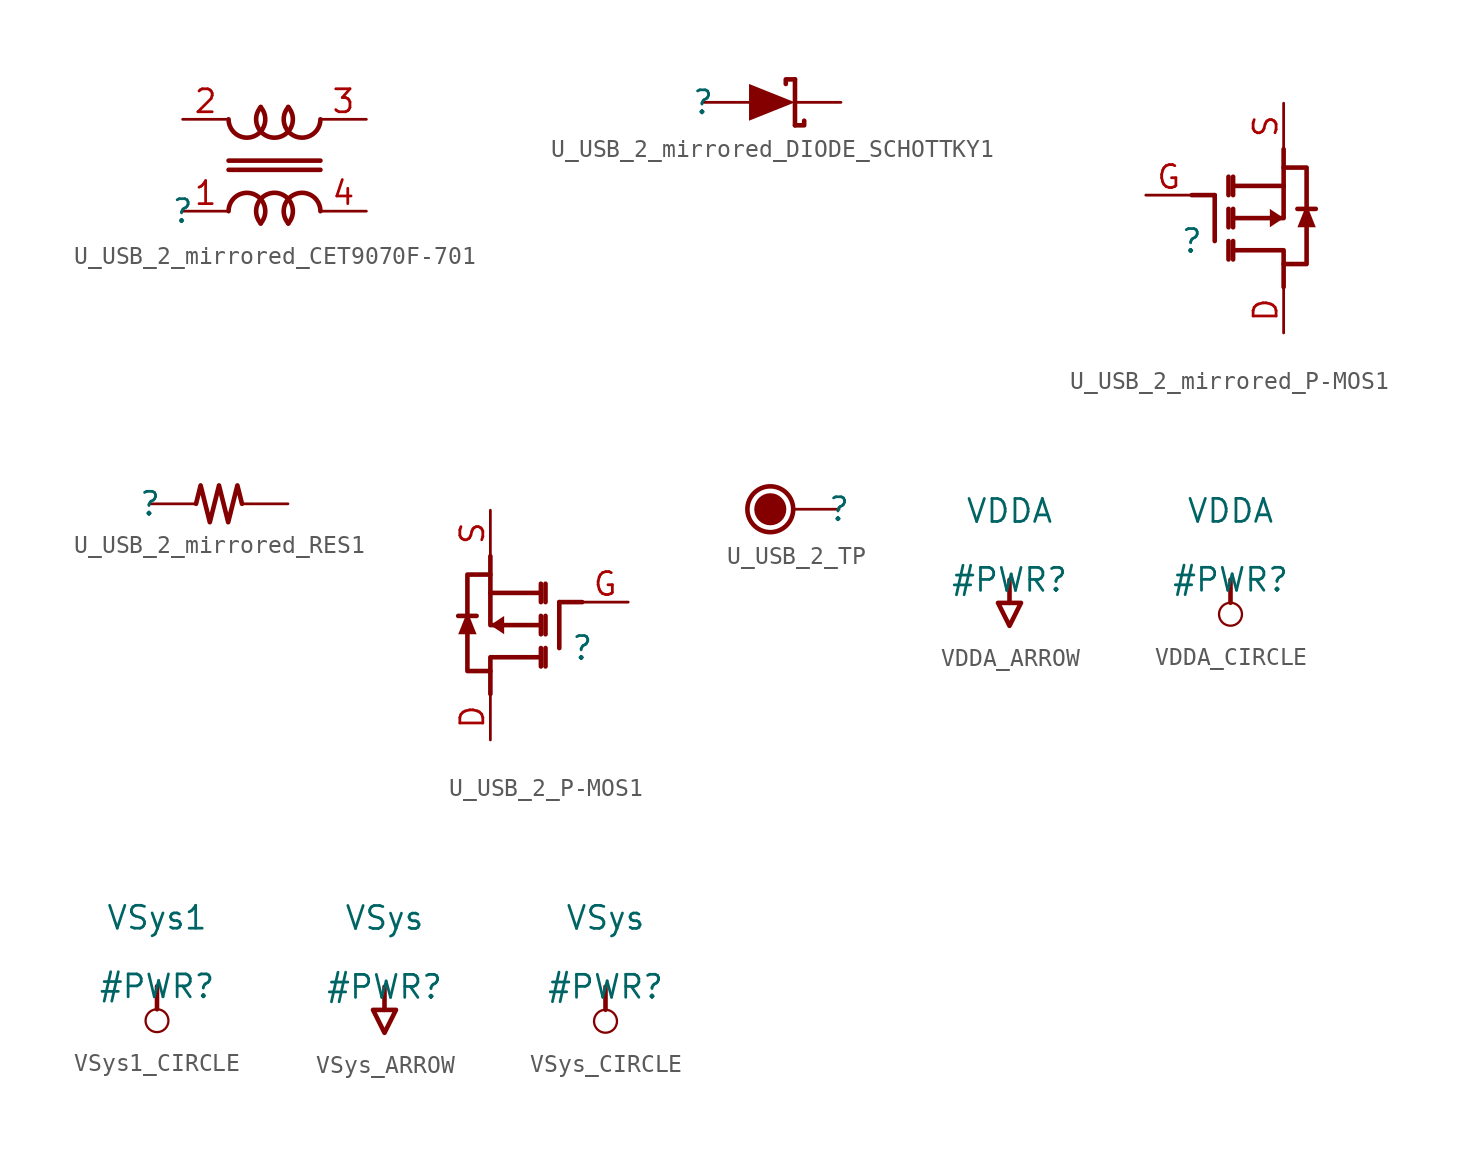
<source format=kicad_sym>
(kicad_symbol_lib
  (version 20231120)
  (generator "kicad_symbol_editor")
  (generator_version "8.0")
  (symbol "U_USB_2_mirrored_CET9070F-701"
    (property "Reference" ""
      (at 0 0 0)
      (effects (font (size 1.27 1.27))))
    (property "Value" ""
      (at 0 0 0)
      (effects (font (size 1.27 1.27))))
    (symbol "U_USB_2_mirrored_CET9070F-701_1_0"
      (polyline (pts (xy 2.54 2.286) (xy 7.62 2.286)) (stroke (width 0.254) (type solid)) (fill (type none)))
      (polyline (pts (xy 2.54 2.794) (xy 7.62 2.794)) (stroke (width 0.254) (type solid)) (fill (type none)))
      (arc (start 2.54 5.08) (mid 3.9201 4.1315) (end 4.311 5.7598) (stroke (width 0.254) (type solid)) (fill (type none)))
      (arc (start 4.311 -0.6798) (mid 3.9201 0.9485) (end 2.5401 0) (stroke (width 0.254) (type solid)) (fill (type none)))
      (arc (start 4.325 5.7598) (mid 5.08 4.0641) (end 5.835 5.7598) (stroke (width 0.254) (type solid)) (fill (type none)))
      (arc (start 5.835 -0.6798) (mid 5.08 1.0159) (end 4.325 -0.6798) (stroke (width 0.254) (type solid)) (fill (type none)))
      (arc (start 5.849 5.7598) (mid 6.2399 4.1315) (end 7.6199 5.08) (stroke (width 0.254) (type solid)) (fill (type none)))
      (arc (start 7.62 0) (mid 6.2399 0.9485) (end 5.849 -0.6798) (stroke (width 0.254) (type solid)) (fill (type none)))
      (pin passive line (at 0 0 0) (length 2.54) (name "1" (effects (font (size 0 0)))) (number "1" (effects (font (size 1.27 1.27)))))
      (pin passive line (at 0 5.08 0) (length 2.54) (name "2" (effects (font (size 0 0)))) (number "2" (effects (font (size 1.27 1.27)))))
      (pin passive line (at 10.16 5.08 180) (length 2.54) (name "3" (effects (font (size 0 0)))) (number "3" (effects (font (size 1.27 1.27)))))
      (pin passive line (at 10.16 0 180) (length 2.54) (name "4" (effects (font (size 0 0)))) (number "4" (effects (font (size 1.27 1.27)))))))
  (symbol "U_USB_2_mirrored_DIODE_SCHOTTKY1"
    (property "Reference" ""
      (at 0 0 0)
      (effects (font (size 1.27 1.27))))
    (property "Value" ""
      (at 0 0 0)
      (effects (font (size 1.27 1.27))))
    (symbol "U_USB_2_mirrored_DIODE_SCHOTTKY1_1_0"
      (polyline (pts (xy 5.08 -1.27) (xy 5.08 1.27)) (stroke (width 0.254) (type solid)) (fill (type none)))
      (polyline (pts (xy 5.08 -1.27) (xy 5.588 -1.27) (xy 5.588 -1.016)) (stroke (width 0.254) (type solid)) (fill (type none)))
      (polyline (pts (xy 5.08 1.27) (xy 4.572 1.27) (xy 4.572 1.016)) (stroke (width 0.254) (type solid)) (fill (type none)))
      (polyline (pts (xy 5.08 0) (xy 2.54 -1.016) (xy 2.54 1.016) (xy 5.08 0)) (stroke (width -0.0001) (type solid)) (fill (type outline)))
      (pin passive line (at 0 0 0) (length 2.54) (name "A" (effects (font (size 0 0)))) (number "A" (effects (font (size 0 0)))))
      (pin passive line (at 7.62 0 180) (length 2.54) (name "K" (effects (font (size 0 0)))) (number "K" (effects (font (size 0 0)))))))
  (symbol "U_USB_2_mirrored_P-MOS1"
    (property "Reference" ""
      (at 0 0 0)
      (effects (font (size 1.27 1.27))))
    (property "Value" ""
      (at 0 0 0)
      (effects (font (size 1.27 1.27))))
    (symbol "U_USB_2_mirrored_P-MOS1_1_0"
      (polyline (pts (xy 0 2.54) (xy 1.27 2.54)) (stroke (width 0.254) (type solid)) (fill (type none)))
      (polyline (pts (xy 1.27 2.54) (xy 1.27 0)) (stroke (width 0.254) (type solid)) (fill (type none)))
      (polyline (pts (xy 2.032 0) (xy 2.032 -1.016)) (stroke (width 0.254) (type solid)) (fill (type none)))
      (polyline (pts (xy 2.032 0.762) (xy 2.032 1.778)) (stroke (width 0.254) (type solid)) (fill (type none)))
      (polyline (pts (xy 2.032 2.54) (xy 2.032 3.556)) (stroke (width 0.254) (type solid)) (fill (type none)))
      (polyline (pts (xy 2.286 -1.016) (xy 2.286 0)) (stroke (width 0.254) (type solid)) (fill (type none)))
      (polyline (pts (xy 2.286 0.762) (xy 2.286 1.778)) (stroke (width 0.254) (type solid)) (fill (type none)))
      (polyline (pts (xy 2.286 2.54) (xy 2.286 3.556)) (stroke (width 0.254) (type solid)) (fill (type none)))
      (polyline (pts (xy 5.08 3.048) (xy 2.286 3.048)) (stroke (width 0.254) (type solid)) (fill (type none)))
      (polyline (pts (xy 5.08 5.08) (xy 5.08 3.048)) (stroke (width 0.254) (type solid)) (fill (type none)))
      (polyline (pts (xy 5.842 1.778) (xy 6.858 1.778)) (stroke (width 0.254) (type solid)) (fill (type none)))
      (polyline (pts (xy 5.08 -2.54) (xy 5.08 -0.508) (xy 2.286 -0.508)) (stroke (width 0.254) (type solid)) (fill (type none)))
      (polyline (pts (xy 5.08 3.048) (xy 5.08 1.27) (xy 2.286 1.27)) (stroke (width 0.254) (type solid)) (fill (type none)))
      (polyline (pts (xy 4.318 0.762) (xy 4.318 1.778) (xy 5.08 1.27) (xy 4.318 0.762)) (stroke (width -0.0001) (type solid)) (fill (type outline)))
      (polyline (pts (xy 5.08 -1.27) (xy 6.35 -1.27) (xy 6.35 4.064) (xy 5.08 4.064)) (stroke (width 0.254) (type solid)) (fill (type none)))
      (polyline (pts (xy 6.858 0.762) (xy 5.842 0.762) (xy 6.35 2.032) (xy 6.858 0.762)) (stroke (width -0.0001) (type solid)) (fill (type outline)))
      (pin passive line (at 5.08 -5.08 90) (length 2.54) (name "D" (effects (font (size 0 0)))) (number "D" (effects (font (size 1.27 1.27)))))
      (pin passive line (at -2.54 2.54 0) (length 2.54) (name "G" (effects (font (size 0 0)))) (number "G" (effects (font (size 1.27 1.27)))))
      (pin passive line (at 5.08 7.62 270) (length 2.54) (name "S" (effects (font (size 0 0)))) (number "S" (effects (font (size 1.27 1.27)))))))
  (symbol "U_USB_2_mirrored_RES1"
    (property "Reference" ""
      (at 0 0 0)
      (effects (font (size 1.27 1.27))))
    (property "Value" ""
      (at 0 0 0)
      (effects (font (size 1.27 1.27))))
    (symbol "U_USB_2_mirrored_RES1_1_0"
      (polyline (pts (xy 2.54 0) (xy 2.794 1.016) (xy 3.302 -1.016) (xy 3.81 1.016) (xy 4.318 -1.016) (xy 4.826 1.016) (xy 5.08 0)) (stroke (width 0.254) (type solid)) (fill (type none)))
      (pin passive line (at 0 0 0) (length 2.54) (name "1" (effects (font (size 0 0)))) (number "1" (effects (font (size 0 0)))))
      (pin passive line (at 7.62 0 180) (length 2.54) (name "2" (effects (font (size 0 0)))) (number "2" (effects (font (size 0 0)))))))
  (symbol "U_USB_2_P-MOS1"
    (property "Reference" ""
      (at 0 0 0)
      (effects (font (size 1.27 1.27))))
    (property "Value" ""
      (at 0 0 0)
      (effects (font (size 1.27 1.27))))
    (symbol "U_USB_2_P-MOS1_1_0"
      (polyline (pts (xy -5.842 1.778) (xy -6.858 1.778)) (stroke (width 0.254) (type solid)) (fill (type none)))
      (polyline (pts (xy -5.08 3.048) (xy -2.286 3.048)) (stroke (width 0.254) (type solid)) (fill (type none)))
      (polyline (pts (xy -5.08 5.08) (xy -5.08 3.048)) (stroke (width 0.254) (type solid)) (fill (type none)))
      (polyline (pts (xy -2.286 -1.016) (xy -2.286 0)) (stroke (width 0.254) (type solid)) (fill (type none)))
      (polyline (pts (xy -2.286 0.762) (xy -2.286 1.778)) (stroke (width 0.254) (type solid)) (fill (type none)))
      (polyline (pts (xy -2.286 2.54) (xy -2.286 3.556)) (stroke (width 0.254) (type solid)) (fill (type none)))
      (polyline (pts (xy -2.032 0) (xy -2.032 -1.016)) (stroke (width 0.254) (type solid)) (fill (type none)))
      (polyline (pts (xy -2.032 0.762) (xy -2.032 1.778)) (stroke (width 0.254) (type solid)) (fill (type none)))
      (polyline (pts (xy -2.032 2.54) (xy -2.032 3.556)) (stroke (width 0.254) (type solid)) (fill (type none)))
      (polyline (pts (xy -1.27 2.54) (xy -1.27 0)) (stroke (width 0.254) (type solid)) (fill (type none)))
      (polyline (pts (xy 0 2.54) (xy -1.27 2.54)) (stroke (width 0.254) (type solid)) (fill (type none)))
      (polyline (pts (xy -5.08 -2.54) (xy -5.08 -0.508) (xy -2.286 -0.508)) (stroke (width 0.254) (type solid)) (fill (type none)))
      (polyline (pts (xy -5.08 3.048) (xy -5.08 1.27) (xy -2.286 1.27)) (stroke (width 0.254) (type solid)) (fill (type none)))
      (polyline (pts (xy -6.858 0.762) (xy -5.842 0.762) (xy -6.35 2.032) (xy -6.858 0.762)) (stroke (width -0.0001) (type solid)) (fill (type outline)))
      (polyline (pts (xy -5.08 -1.27) (xy -6.35 -1.27) (xy -6.35 4.064) (xy -5.08 4.064)) (stroke (width 0.254) (type solid)) (fill (type none)))
      (polyline (pts (xy -4.318 0.762) (xy -4.318 1.778) (xy -5.08 1.27) (xy -4.318 0.762)) (stroke (width -0.0001) (type solid)) (fill (type outline)))
      (pin passive line (at -5.08 -5.08 90) (length 2.54) (name "D" (effects (font (size 0 0)))) (number "D" (effects (font (size 1.27 1.27)))))
      (pin passive line (at 2.54 2.54 180) (length 2.54) (name "G" (effects (font (size 0 0)))) (number "G" (effects (font (size 1.27 1.27)))))
      (pin passive line (at -5.08 7.62 270) (length 2.54) (name "S" (effects (font (size 0 0)))) (number "S" (effects (font (size 1.27 1.27)))))))
  (symbol "U_USB_2_TP"
    (property "Reference" ""
      (at 0 0 0)
      (effects (font (size 1.27 1.27))))
    (property "Value" ""
      (at 0 0 0)
      (effects (font (size 1.27 1.27))))
    (symbol "U_USB_2_TP_1_0"
      (circle (center -3.81 0) (radius 0.762) (stroke (width 0.254) (type solid)) (fill (type outline)))
      (circle (center -3.81 0) (radius 1.27) (stroke (width 0.254) (type solid)) (fill (type none)))
      (pin passive line (at 0 0 180) (length 2.54) (name "1" (effects (font (size 0 0)))) (number "1" (effects (font (size 0 0)))))))
  (symbol "VDDA_ARROW"
    (power)
    (property "Reference" "#PWR"
      (at 0 0 0)
      (effects (font (size 1.27 1.27))))
    (property "Value" "VDDA"
      (at 0 3.81 0)
      (effects (font (size 1.27 1.27))))
    (symbol "VDDA_ARROW_0_0"
      (polyline (pts (xy 0 0) (xy 0 -1.27)) (stroke (width 0.254) (type solid)) (fill (type none)))
      (polyline (pts (xy -0.635 -1.27) (xy 0.635 -1.27) (xy 0 -2.54) (xy -0.635 -1.27)) (stroke (width 0.254) (type solid)) (fill (type none)))
      (pin power_in line (at 0 0 0) (length 0) hide (name "VDDA" (effects (font (size 1.27 1.27)))) (number "" (effects (font (size 1.27 1.27)))))))
  (symbol "VDDA_CIRCLE"
    (power)
    (property "Reference" "#PWR"
      (at 0 0 0)
      (effects (font (size 1.27 1.27))))
    (property "Value" "VDDA"
      (at 0 3.81 0)
      (effects (font (size 1.27 1.27))))
    (symbol "VDDA_CIRCLE_0_0"
      (circle (center 0 -1.905) (radius 0.635) (stroke (width 0.127) (type solid)) (fill (type none)))
      (polyline (pts (xy 0 0) (xy 0 -1.27)) (stroke (width 0.254) (type solid)) (fill (type none)))
      (pin power_in line (at 0 0 0) (length 0) hide (name "VDDA" (effects (font (size 1.27 1.27)))) (number "" (effects (font (size 1.27 1.27)))))))
  (symbol "VSys1_CIRCLE"
    (power)
    (property "Reference" "#PWR"
      (at 0 0 0)
      (effects (font (size 1.27 1.27))))
    (property "Value" "VSys1"
      (at 0 3.81 0)
      (effects (font (size 1.27 1.27))))
    (symbol "VSys1_CIRCLE_0_0"
      (circle (center 0 -1.905) (radius 0.635) (stroke (width 0.127) (type solid)) (fill (type none)))
      (polyline (pts (xy 0 0) (xy 0 -1.27)) (stroke (width 0.254) (type solid)) (fill (type none)))
      (pin power_in line (at 0 0 0) (length 0) hide (name "VSys1" (effects (font (size 1.27 1.27)))) (number "" (effects (font (size 1.27 1.27)))))))
  (symbol "VSys_ARROW"
    (power)
    (property "Reference" "#PWR"
      (at 0 0 0)
      (effects (font (size 1.27 1.27))))
    (property "Value" "VSys"
      (at 0 3.81 0)
      (effects (font (size 1.27 1.27))))
    (symbol "VSys_ARROW_0_0"
      (polyline (pts (xy 0 0) (xy 0 -1.27)) (stroke (width 0.254) (type solid)) (fill (type none)))
      (polyline (pts (xy -0.635 -1.27) (xy 0.635 -1.27) (xy 0 -2.54) (xy -0.635 -1.27)) (stroke (width 0.254) (type solid)) (fill (type none)))
      (pin power_in line (at 0 0 0) (length 0) hide (name "VSys" (effects (font (size 1.27 1.27)))) (number "" (effects (font (size 1.27 1.27)))))))
  (symbol "VSys_CIRCLE"
    (power)
    (property "Reference" "#PWR"
      (at 0 0 0)
      (effects (font (size 1.27 1.27))))
    (property "Value" "VSys"
      (at 0 3.81 0)
      (effects (font (size 1.27 1.27))))
    (symbol "VSys_CIRCLE_0_0"
      (circle (center 0 -1.905) (radius 0.635) (stroke (width 0.127) (type solid)) (fill (type none)))
      (polyline (pts (xy 0 0) (xy 0 -1.27)) (stroke (width 0.254) (type solid)) (fill (type none)))
      (pin power_in line (at 0 0 0) (length 0) hide (name "VSys" (effects (font (size 1.27 1.27)))) (number "" (effects (font (size 1.27 1.27))))))))
</source>
